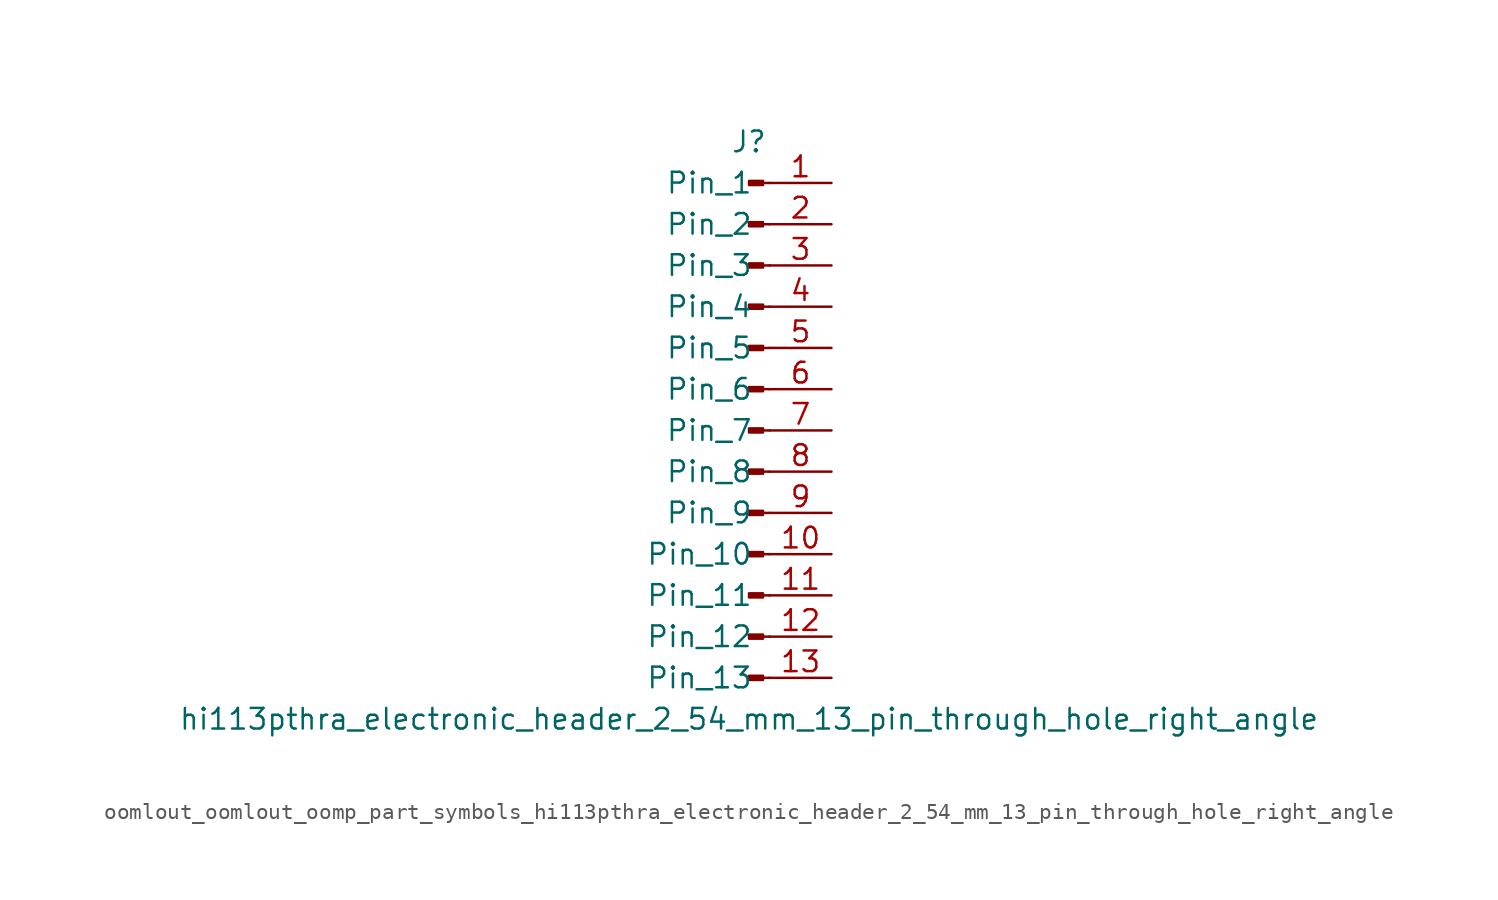
<source format=kicad_sym>
(kicad_symbol_lib
  (version 20220914)
  (generator kicad_symbol_editor)
  (symbol "oomlout_oomlout_oomp_part_symbols_hi113pthra_electronic_header_2_54_mm_13_pin_through_hole_right_angle"
    (pin_names
      (offset 1.016))
    (property "Reference" "J"
      (at 0 17.78 0)
      (effects (font (size 1.27 1.27))))
    (property "Value" "hi113pthra_electronic_header_2_54_mm_13_pin_through_hole_right_angle"
      (at 0 -17.78 0)
      (effects (font (size 1.27 1.27))))
    (property "ki_locked" ""
      (at 0 0 0)
      (effects (font (size 1.27 1.27))))
    (symbol "oomlout_oomlout_oomp_part_symbols_hi113pthra_electronic_header_2_54_mm_13_pin_through_hole_right_angle_1_1"
      (polyline (pts (xy 1.27 -15.24) (xy 0.864 -15.24)) (stroke (width 0.152) (type default)) (fill (type none)))
      (polyline (pts (xy 1.27 -12.7) (xy 0.864 -12.7)) (stroke (width 0.152) (type default)) (fill (type none)))
      (polyline (pts (xy 1.27 -10.16) (xy 0.864 -10.16)) (stroke (width 0.152) (type default)) (fill (type none)))
      (polyline (pts (xy 1.27 -7.62) (xy 0.864 -7.62)) (stroke (width 0.152) (type default)) (fill (type none)))
      (polyline (pts (xy 1.27 -5.08) (xy 0.864 -5.08)) (stroke (width 0.152) (type default)) (fill (type none)))
      (polyline (pts (xy 1.27 -2.54) (xy 0.864 -2.54)) (stroke (width 0.152) (type default)) (fill (type none)))
      (polyline (pts (xy 1.27 0) (xy 0.864 0)) (stroke (width 0.152) (type default)) (fill (type none)))
      (polyline (pts (xy 1.27 2.54) (xy 0.864 2.54)) (stroke (width 0.152) (type default)) (fill (type none)))
      (polyline (pts (xy 1.27 5.08) (xy 0.864 5.08)) (stroke (width 0.152) (type default)) (fill (type none)))
      (polyline (pts (xy 1.27 7.62) (xy 0.864 7.62)) (stroke (width 0.152) (type default)) (fill (type none)))
      (polyline (pts (xy 1.27 10.16) (xy 0.864 10.16)) (stroke (width 0.152) (type default)) (fill (type none)))
      (polyline (pts (xy 1.27 12.7) (xy 0.864 12.7)) (stroke (width 0.152) (type default)) (fill (type none)))
      (polyline (pts (xy 1.27 15.24) (xy 0.864 15.24)) (stroke (width 0.152) (type default)) (fill (type none)))
      (rectangle (start 0.864 -15.113) (end 0 -15.367) (stroke (width 0.152) (type default)) (fill (type outline)))
      (rectangle (start 0.864 -12.573) (end 0 -12.827) (stroke (width 0.152) (type default)) (fill (type outline)))
      (rectangle (start 0.864 -10.033) (end 0 -10.287) (stroke (width 0.152) (type default)) (fill (type outline)))
      (rectangle (start 0.864 -7.493) (end 0 -7.747) (stroke (width 0.152) (type default)) (fill (type outline)))
      (rectangle (start 0.864 -4.953) (end 0 -5.207) (stroke (width 0.152) (type default)) (fill (type outline)))
      (rectangle (start 0.864 -2.413) (end 0 -2.667) (stroke (width 0.152) (type default)) (fill (type outline)))
      (rectangle (start 0.864 0.127) (end 0 -0.127) (stroke (width 0.152) (type default)) (fill (type outline)))
      (rectangle (start 0.864 2.667) (end 0 2.413) (stroke (width 0.152) (type default)) (fill (type outline)))
      (rectangle (start 0.864 5.207) (end 0 4.953) (stroke (width 0.152) (type default)) (fill (type outline)))
      (rectangle (start 0.864 7.747) (end 0 7.493) (stroke (width 0.152) (type default)) (fill (type outline)))
      (rectangle (start 0.864 10.287) (end 0 10.033) (stroke (width 0.152) (type default)) (fill (type outline)))
      (rectangle (start 0.864 12.827) (end 0 12.573) (stroke (width 0.152) (type default)) (fill (type outline)))
      (rectangle (start 0.864 15.367) (end 0 15.113) (stroke (width 0.152) (type default)) (fill (type outline)))
      (pin passive line (at 5.08 15.24 180) (length 3.81) (name "Pin_1" (effects (font (size 1.27 1.27)))) (number "1" (effects (font (size 1.27 1.27)))))
      (pin passive line (at 5.08 -7.62 180) (length 3.81) (name "Pin_10" (effects (font (size 1.27 1.27)))) (number "10" (effects (font (size 1.27 1.27)))))
      (pin passive line (at 5.08 -10.16 180) (length 3.81) (name "Pin_11" (effects (font (size 1.27 1.27)))) (number "11" (effects (font (size 1.27 1.27)))))
      (pin passive line (at 5.08 -12.7 180) (length 3.81) (name "Pin_12" (effects (font (size 1.27 1.27)))) (number "12" (effects (font (size 1.27 1.27)))))
      (pin passive line (at 5.08 -15.24 180) (length 3.81) (name "Pin_13" (effects (font (size 1.27 1.27)))) (number "13" (effects (font (size 1.27 1.27)))))
      (pin passive line (at 5.08 12.7 180) (length 3.81) (name "Pin_2" (effects (font (size 1.27 1.27)))) (number "2" (effects (font (size 1.27 1.27)))))
      (pin passive line (at 5.08 10.16 180) (length 3.81) (name "Pin_3" (effects (font (size 1.27 1.27)))) (number "3" (effects (font (size 1.27 1.27)))))
      (pin passive line (at 5.08 7.62 180) (length 3.81) (name "Pin_4" (effects (font (size 1.27 1.27)))) (number "4" (effects (font (size 1.27 1.27)))))
      (pin passive line (at 5.08 5.08 180) (length 3.81) (name "Pin_5" (effects (font (size 1.27 1.27)))) (number "5" (effects (font (size 1.27 1.27)))))
      (pin passive line (at 5.08 2.54 180) (length 3.81) (name "Pin_6" (effects (font (size 1.27 1.27)))) (number "6" (effects (font (size 1.27 1.27)))))
      (pin passive line (at 5.08 0 180) (length 3.81) (name "Pin_7" (effects (font (size 1.27 1.27)))) (number "7" (effects (font (size 1.27 1.27)))))
      (pin passive line (at 5.08 -2.54 180) (length 3.81) (name "Pin_8" (effects (font (size 1.27 1.27)))) (number "8" (effects (font (size 1.27 1.27)))))
      (pin passive line (at 5.08 -5.08 180) (length 3.81) (name "Pin_9" (effects (font (size 1.27 1.27)))) (number "9" (effects (font (size 1.27 1.27))))))))
</source>
